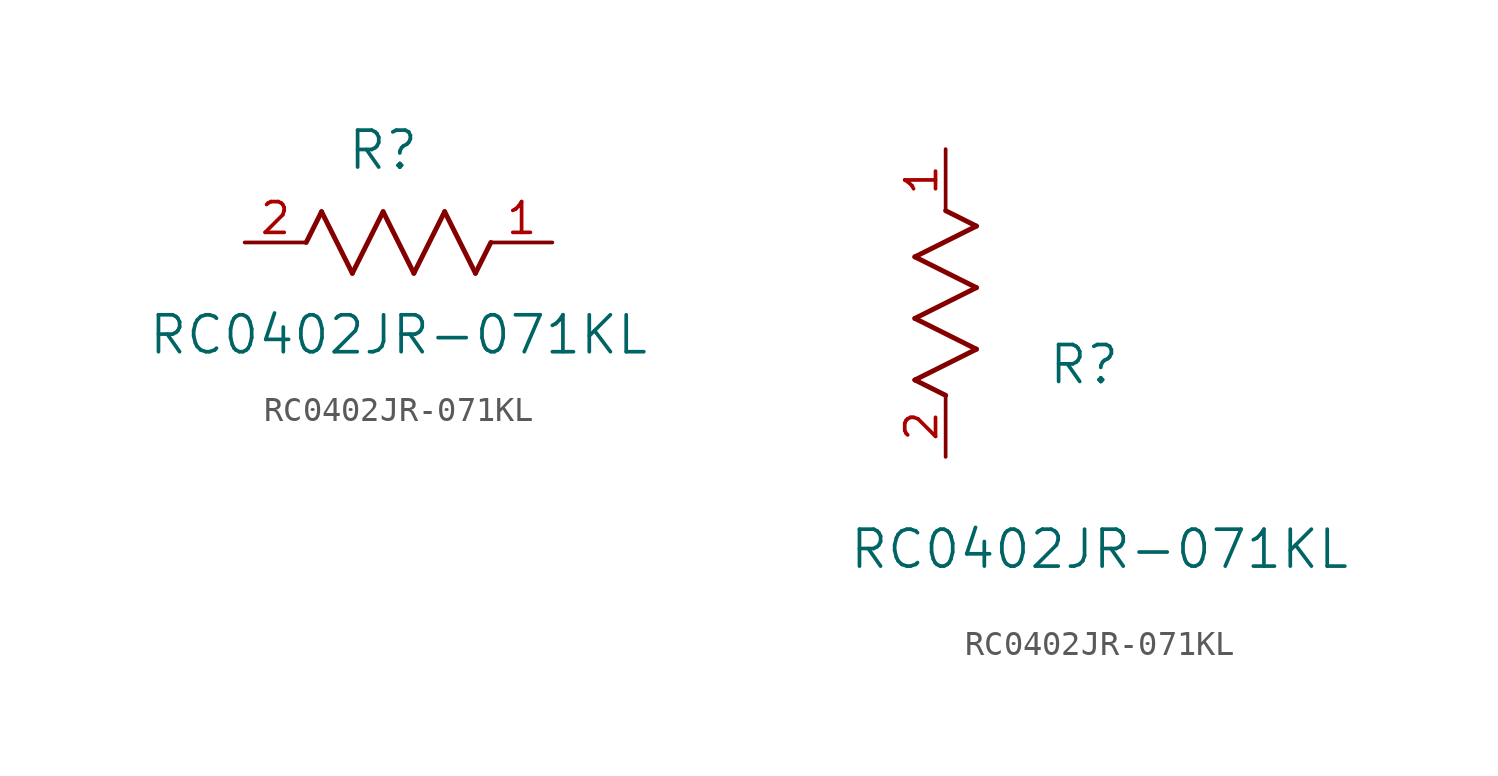
<source format=kicad_sym>
(kicad_symbol_lib
  (version 20211014)
  (generator kicad_symbol_editor)
  (symbol "RC0402JR-071KL"
    (pin_names
      (offset 0.254))
    (property "Reference" "R"
      (at 5.715 3.81 0)
      (effects (font (size 1.524 1.524))))
    (property "Value" "RC0402JR-071KL"
      (at 6.35 -3.81 0)
      (effects (font (size 1.524 1.524))))
    (symbol "RC0402JR-071KL_1_1"
      (polyline (pts (xy 3.175 1.27) (xy 4.445 -1.27)) (stroke (width 0.203) (type default) (color 0 0 0 0)) (fill (type none)))
      (polyline (pts (xy 4.445 -1.27) (xy 5.715 1.27)) (stroke (width 0.203) (type default) (color 0 0 0 0)) (fill (type none)))
      (polyline (pts (xy 5.715 1.27) (xy 6.985 -1.27)) (stroke (width 0.203) (type default) (color 0 0 0 0)) (fill (type none)))
      (polyline (pts (xy 6.985 -1.27) (xy 8.255 1.27)) (stroke (width 0.203) (type default) (color 0 0 0 0)) (fill (type none)))
      (polyline (pts (xy 8.255 1.27) (xy 9.525 -1.27)) (stroke (width 0.203) (type default) (color 0 0 0 0)) (fill (type none)))
      (polyline (pts (xy 2.54 0) (xy 3.175 1.27)) (stroke (width 0.203) (type default) (color 0 0 0 0)) (fill (type none)))
      (polyline (pts (xy 9.525 -1.27) (xy 10.16 0)) (stroke (width 0.203) (type default) (color 0 0 0 0)) (fill (type none)))
      (pin unspecified line (at 12.7 0 180) (length 2.54) (name "" (effects (font (size 1.27 1.27)))) (number "1" (effects (font (size 1.27 1.27)))))
      (pin unspecified line (at 0 0 0) (length 2.54) (name "" (effects (font (size 1.27 1.27)))) (number "2" (effects (font (size 1.27 1.27))))))
    (symbol "RC0402JR-071KL_1_2"
      (polyline (pts (xy 0 2.54) (xy -1.27 3.175)) (stroke (width 0.203) (type default) (color 0 0 0 0)) (fill (type none)))
      (polyline (pts (xy -1.27 3.175) (xy 1.27 4.445)) (stroke (width 0.203) (type default) (color 0 0 0 0)) (fill (type none)))
      (polyline (pts (xy 1.27 4.445) (xy -1.27 5.715)) (stroke (width 0.203) (type default) (color 0 0 0 0)) (fill (type none)))
      (polyline (pts (xy -1.27 5.715) (xy 1.27 6.985)) (stroke (width 0.203) (type default) (color 0 0 0 0)) (fill (type none)))
      (polyline (pts (xy -1.27 8.255) (xy 1.27 9.525)) (stroke (width 0.203) (type default) (color 0 0 0 0)) (fill (type none)))
      (polyline (pts (xy 1.27 9.525) (xy 0 10.16)) (stroke (width 0.203) (type default) (color 0 0 0 0)) (fill (type none)))
      (polyline (pts (xy 1.27 6.985) (xy -1.27 8.255)) (stroke (width 0.203) (type default) (color 0 0 0 0)) (fill (type none)))
      (pin unspecified line (at 0 12.7 270) (length 2.54) (name "" (effects (font (size 1.27 1.27)))) (number "1" (effects (font (size 1.27 1.27)))))
      (pin unspecified line (at 0 0 90) (length 2.54) (name "" (effects (font (size 1.27 1.27)))) (number "2" (effects (font (size 1.27 1.27))))))))
</source>
